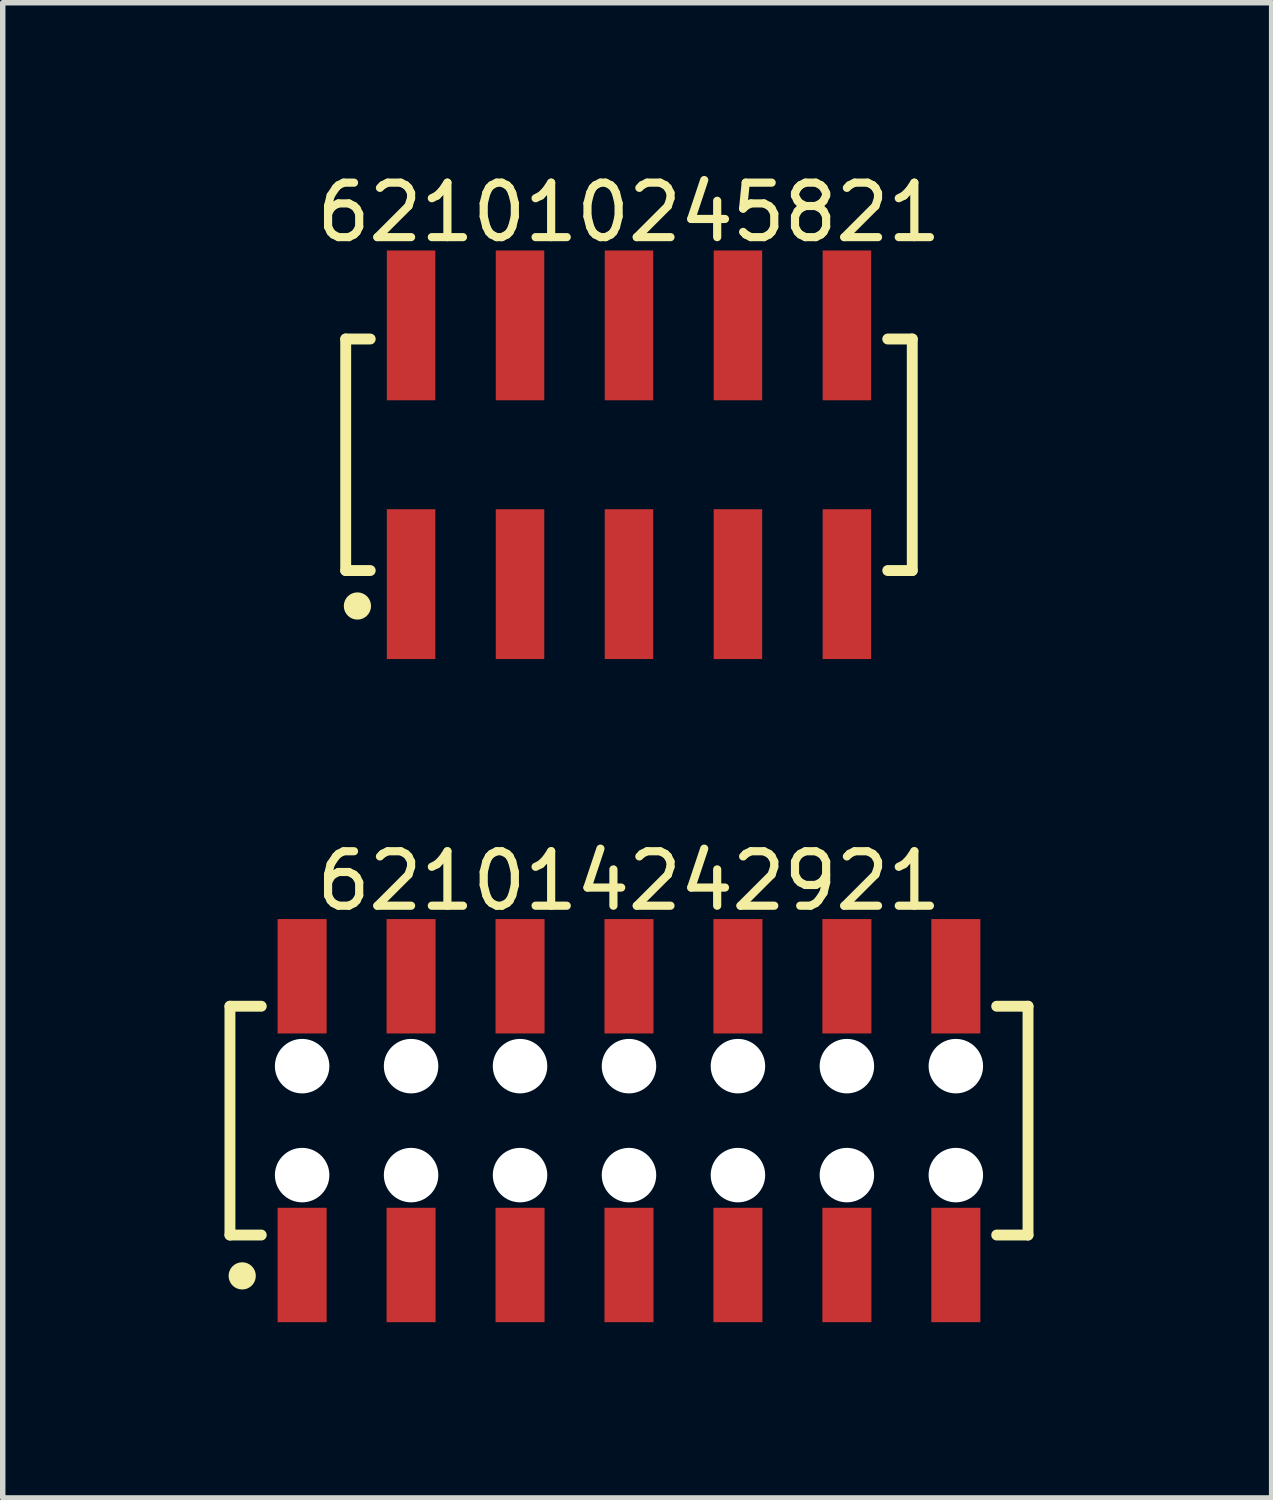
<source format=kicad_pcb>
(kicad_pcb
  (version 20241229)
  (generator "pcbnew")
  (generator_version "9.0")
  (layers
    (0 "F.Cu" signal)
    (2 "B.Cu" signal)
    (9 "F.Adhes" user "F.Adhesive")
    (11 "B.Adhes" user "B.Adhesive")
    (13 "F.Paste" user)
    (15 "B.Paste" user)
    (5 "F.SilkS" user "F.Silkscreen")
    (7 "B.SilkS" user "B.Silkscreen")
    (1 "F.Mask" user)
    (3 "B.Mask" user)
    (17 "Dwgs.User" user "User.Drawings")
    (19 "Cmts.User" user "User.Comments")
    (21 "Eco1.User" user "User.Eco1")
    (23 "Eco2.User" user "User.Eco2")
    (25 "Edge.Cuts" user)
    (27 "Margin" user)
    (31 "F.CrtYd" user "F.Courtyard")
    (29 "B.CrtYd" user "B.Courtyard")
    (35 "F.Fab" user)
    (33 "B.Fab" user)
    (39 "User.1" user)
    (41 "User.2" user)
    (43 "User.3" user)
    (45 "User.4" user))
  (footprint "621014242921"
    (layer "F.Cu")
    (at 8.496 17.521)
    (property "Reference" "621014242921" (at 0 -4.4 0) (layer "F.SilkS") (effects (font (size 1 1) (thickness 0.15))))
    (fp_line (start -7.325 -2.1) (end -6.75 -2.1) (stroke (width 0.2) (type solid)) (layer "F.SilkS"))
    (fp_line (start -7.325 2.1) (end -7.325 -2.1) (stroke (width 0.2) (type solid)) (layer "F.SilkS"))
    (fp_line (start -7.325 2.1) (end -6.75 2.1) (stroke (width 0.2) (type solid)) (layer "F.SilkS"))
    (fp_line (start 6.75 -2.1) (end 7.325 -2.1) (stroke (width 0.2) (type solid)) (layer "F.SilkS"))
    (fp_line (start 6.75 2.1) (end 7.325 2.1) (stroke (width 0.2) (type solid)) (layer "F.SilkS"))
    (fp_line (start 7.325 2.1) (end 7.325 -2.1) (stroke (width 0.2) (type solid)) (layer "F.SilkS"))
    (fp_circle (center -7.1 2.85) (end -7.1 2.725) (stroke (width 0.25) (type solid)) (fill no) (layer "F.SilkS"))
    (fp_line (start -7.525 -3.9) (end 7.525 -3.9) (stroke (width 0.05) (type solid)) (layer "Eco2.User"))
    (fp_line (start -7.525 3.9) (end -7.525 -3.9) (stroke (width 0.05) (type solid)) (layer "Eco2.User"))
    (fp_line (start -7.525 3.9) (end 7.525 3.9) (stroke (width 0.05) (type solid)) (layer "Eco2.User"))
    (fp_line (start -7.2 -2) (end 7.2 -2) (stroke (width 0.1) (type solid)) (layer "Eco2.User"))
    (fp_line (start -7.2 2) (end -7.2 -2) (stroke (width 0.1) (type solid)) (layer "Eco2.User"))
    (fp_line (start -7.2 2) (end 7.2 2) (stroke (width 0.1) (type solid)) (layer "Eco2.User"))
    (fp_line (start -6.25 -3.1) (end -5.75 -3.1) (stroke (width 0.1) (type solid)) (layer "Eco2.User"))
    (fp_line (start -6.25 -2) (end -6.25 -3.1) (stroke (width 0.1) (type solid)) (layer "Eco2.User"))
    (fp_line (start -6.25 3.1) (end -6.25 2) (stroke (width 0.1) (type solid)) (layer "Eco2.User"))
    (fp_line (start -6.25 3.1) (end -5.75 3.1) (stroke (width 0.1) (type solid)) (layer "Eco2.User"))
    (fp_line (start -5.75 -2) (end -5.75 -3.1) (stroke (width 0.1) (type solid)) (layer "Eco2.User"))
    (fp_line (start -5.75 3.1) (end -5.75 2) (stroke (width 0.1) (type solid)) (layer "Eco2.User"))
    (fp_line (start -4.25 -3.1) (end -3.75 -3.1) (stroke (width 0.1) (type solid)) (layer "Eco2.User"))
    (fp_line (start -4.25 -2) (end -4.25 -3.1) (stroke (width 0.1) (type solid)) (layer "Eco2.User"))
    (fp_line (start -4.25 3.1) (end -4.25 2) (stroke (width 0.1) (type solid)) (layer "Eco2.User"))
    (fp_line (start -4.25 3.1) (end -3.75 3.1) (stroke (width 0.1) (type solid)) (layer "Eco2.User"))
    (fp_line (start -3.75 -2) (end -3.75 -3.1) (stroke (width 0.1) (type solid)) (layer "Eco2.User"))
    (fp_line (start -3.75 3.1) (end -3.75 2) (stroke (width 0.1) (type solid)) (layer "Eco2.User"))
    (fp_line (start -2.25 -3.1) (end -1.75 -3.1) (stroke (width 0.1) (type solid)) (layer "Eco2.User"))
    (fp_line (start -2.25 -2) (end -2.25 -3.1) (stroke (width 0.1) (type solid)) (layer "Eco2.User"))
    (fp_line (start -2.25 3.1) (end -2.25 2) (stroke (width 0.1) (type solid)) (layer "Eco2.User"))
    (fp_line (start -2.25 3.1) (end -1.75 3.1) (stroke (width 0.1) (type solid)) (layer "Eco2.User"))
    (fp_line (start -1.75 -2) (end -1.75 -3.1) (stroke (width 0.1) (type solid)) (layer "Eco2.User"))
    (fp_line (start -1.75 3.1) (end -1.75 2) (stroke (width 0.1) (type solid)) (layer "Eco2.User"))
    (fp_line (start -0.5 0) (end 0.5 0) (stroke (width 0.05) (type solid)) (layer "Eco2.User"))
    (fp_line (start -0.25 -3.1) (end 0.25 -3.1) (stroke (width 0.1) (type solid)) (layer "Eco2.User"))
    (fp_line (start -0.25 -2) (end -0.25 -3.1) (stroke (width 0.1) (type solid)) (layer "Eco2.User"))
    (fp_line (start -0.25 3.1) (end -0.25 2) (stroke (width 0.1) (type solid)) (layer "Eco2.User"))
    (fp_line (start -0.25 3.1) (end 0.25 3.1) (stroke (width 0.1) (type solid)) (layer "Eco2.User"))
    (fp_line (start 0 0.5) (end 0 -0.5) (stroke (width 0.05) (type solid)) (layer "Eco2.User"))
    (fp_line (start 0.25 -2) (end 0.25 -3.1) (stroke (width 0.1) (type solid)) (layer "Eco2.User"))
    (fp_line (start 0.25 3.1) (end 0.25 2) (stroke (width 0.1) (type solid)) (layer "Eco2.User"))
    (fp_line (start 1.75 -3.1) (end 2.25 -3.1) (stroke (width 0.1) (type solid)) (layer "Eco2.User"))
    (fp_line (start 1.75 -2) (end 1.75 -3.1) (stroke (width 0.1) (type solid)) (layer "Eco2.User"))
    (fp_line (start 1.75 3.1) (end 1.75 2) (stroke (width 0.1) (type solid)) (layer "Eco2.User"))
    (fp_line (start 1.75 3.1) (end 2.25 3.1) (stroke (width 0.1) (type solid)) (layer "Eco2.User"))
    (fp_line (start 2.25 -2) (end 2.25 -3.1) (stroke (width 0.1) (type solid)) (layer "Eco2.User"))
    (fp_line (start 2.25 3.1) (end 2.25 2) (stroke (width 0.1) (type solid)) (layer "Eco2.User"))
    (fp_line (start 3.75 -3.1) (end 4.25 -3.1) (stroke (width 0.1) (type solid)) (layer "Eco2.User"))
    (fp_line (start 3.75 -2) (end 3.75 -3.1) (stroke (width 0.1) (type solid)) (layer "Eco2.User"))
    (fp_line (start 3.75 3.1) (end 3.75 2) (stroke (width 0.1) (type solid)) (layer "Eco2.User"))
    (fp_line (start 3.75 3.1) (end 4.25 3.1) (stroke (width 0.1) (type solid)) (layer "Eco2.User"))
    (fp_line (start 4.25 -2) (end 4.25 -3.1) (stroke (width 0.1) (type solid)) (layer "Eco2.User"))
    (fp_line (start 4.25 3.1) (end 4.25 2) (stroke (width 0.1) (type solid)) (layer "Eco2.User"))
    (fp_line (start 5.75 -3.1) (end 6.25 -3.1) (stroke (width 0.1) (type solid)) (layer "Eco2.User"))
    (fp_line (start 5.75 -2) (end 5.75 -3.1) (stroke (width 0.1) (type solid)) (layer "Eco2.User"))
    (fp_line (start 5.75 3.1) (end 5.75 2) (stroke (width 0.1) (type solid)) (layer "Eco2.User"))
    (fp_line (start 5.75 3.1) (end 6.25 3.1) (stroke (width 0.1) (type solid)) (layer "Eco2.User"))
    (fp_line (start 6.25 -2) (end 6.25 -3.1) (stroke (width 0.1) (type solid)) (layer "Eco2.User"))
    (fp_line (start 6.25 3.1) (end 6.25 2) (stroke (width 0.1) (type solid)) (layer "Eco2.User"))
    (fp_line (start 7.2 2) (end 7.2 -2) (stroke (width 0.1) (type solid)) (layer "Eco2.User"))
    (fp_line (start 7.525 3.9) (end 7.525 -3.9) (stroke (width 0.05) (type solid)) (layer "Eco2.User"))
    (fp_text user "${REFERENCE}" (at 0.15 -0.197 0) (unlocked yes) (layer "User.3") (effects (font (size 1.5 1.5) (thickness 0.15))))
    (pad "" np_thru_hole circle (at -6 -1) (size 1 1) (drill 1) (layers "*.Cu" "*.Mask"))
    (pad "" np_thru_hole circle (at -6 1) (size 1 1) (drill 1) (layers "*.Cu" "*.Mask"))
    (pad "" np_thru_hole circle (at -4 -1) (size 1 1) (drill 1) (layers "*.Cu" "*.Mask"))
    (pad "" np_thru_hole circle (at -4 1) (size 1 1) (drill 1) (layers "*.Cu" "*.Mask"))
    (pad "" np_thru_hole circle (at -2 -1) (size 1 1) (drill 1) (layers "*.Cu" "*.Mask"))
    (pad "" np_thru_hole circle (at -2 1) (size 1 1) (drill 1) (layers "*.Cu" "*.Mask"))
    (pad "" np_thru_hole circle (at 0 -1) (size 1 1) (drill 1) (layers "*.Cu" "*.Mask"))
    (pad "" np_thru_hole circle (at 0 1) (size 1 1) (drill 1) (layers "*.Cu" "*.Mask"))
    (pad "" np_thru_hole circle (at 2 -1) (size 1 1) (drill 1) (layers "*.Cu" "*.Mask"))
    (pad "" np_thru_hole circle (at 2 1) (size 1 1) (drill 1) (layers "*.Cu" "*.Mask"))
    (pad "" np_thru_hole circle (at 4 -1) (size 1 1) (drill 1) (layers "*.Cu" "*.Mask"))
    (pad "" np_thru_hole circle (at 4 1) (size 1 1) (drill 1) (layers "*.Cu" "*.Mask"))
    (pad "" np_thru_hole circle (at 6 -1) (size 1 1) (drill 1) (layers "*.Cu" "*.Mask"))
    (pad "" np_thru_hole circle (at 6 1) (size 1 1) (drill 1) (layers "*.Cu" "*.Mask"))
    (pad "1" smd rect (at -6 2.65) (size 0.9 2.1) (layers "F.Cu" "F.Mask" "F.Paste"))
    (pad "2" smd rect (at -6 -2.65) (size 0.9 2.1) (layers "F.Cu" "F.Mask" "F.Paste"))
    (pad "3" smd rect (at -4 2.65) (size 0.9 2.1) (layers "F.Cu" "F.Mask" "F.Paste"))
    (pad "4" smd rect (at -4 -2.65) (size 0.9 2.1) (layers "F.Cu" "F.Mask" "F.Paste"))
    (pad "5" smd rect (at -2 2.65) (size 0.9 2.1) (layers "F.Cu" "F.Mask" "F.Paste"))
    (pad "6" smd rect (at -2 -2.65) (size 0.9 2.1) (layers "F.Cu" "F.Mask" "F.Paste"))
    (pad "7" smd rect (at 0 2.65) (size 0.9 2.1) (layers "F.Cu" "F.Mask" "F.Paste"))
    (pad "8" smd rect (at 0 -2.65) (size 0.9 2.1) (layers "F.Cu" "F.Mask" "F.Paste"))
    (pad "9" smd rect (at 2 2.65) (size 0.9 2.1) (layers "F.Cu" "F.Mask" "F.Paste"))
    (pad "10" smd rect (at 2 -2.65) (size 0.9 2.1) (layers "F.Cu" "F.Mask" "F.Paste"))
    (pad "11" smd rect (at 4 2.65) (size 0.9 2.1) (layers "F.Cu" "F.Mask" "F.Paste"))
    (pad "12" smd rect (at 4 -2.65) (size 0.9 2.1) (layers "F.Cu" "F.Mask" "F.Paste"))
    (pad "13" smd rect (at 6 2.65) (size 0.9 2.1) (layers "F.Cu" "F.Mask" "F.Paste"))
    (pad "14" smd rect (at 6 -2.65) (size 0.9 2.1) (layers "F.Cu" "F.Mask" "F.Paste")))
  (footprint "621010245821"
    (layer "F.Cu")
    (at 8.496 5.298)
    (property "Reference" "621010245821" (at 0 -4.45 0) (layer "F.SilkS") (effects (font (size 1 1) (thickness 0.15))))
    (fp_line (start -5.2 -2.125) (end -4.75 -2.125) (stroke (width 0.2) (type solid)) (layer "F.SilkS"))
    (fp_line (start -5.2 2.125) (end -5.2 -2.125) (stroke (width 0.2) (type solid)) (layer "F.SilkS"))
    (fp_line (start -5.2 2.125) (end -4.75 2.125) (stroke (width 0.2) (type solid)) (layer "F.SilkS"))
    (fp_line (start 4.75 -2.125) (end 5.2 -2.125) (stroke (width 0.2) (type solid)) (layer "F.SilkS"))
    (fp_line (start 4.75 2.125) (end 5.2 2.125) (stroke (width 0.2) (type solid)) (layer "F.SilkS"))
    (fp_line (start 5.2 2.125) (end 5.2 -2.125) (stroke (width 0.2) (type solid)) (layer "F.SilkS"))
    (fp_circle (center -4.985 2.776) (end -4.985 2.651) (stroke (width 0.25) (type solid)) (fill no) (layer "F.SilkS"))
    (fp_line (start -5.4 -3.95) (end 5.4 -3.95) (stroke (width 0.05) (type solid)) (layer "Eco2.User"))
    (fp_line (start -5.4 3.95) (end -5.4 -3.95) (stroke (width 0.05) (type solid)) (layer "Eco2.User"))
    (fp_line (start -5.4 3.95) (end 5.4 3.95) (stroke (width 0.05) (type solid)) (layer "Eco2.User"))
    (fp_line (start -5 -2) (end 5 -2) (stroke (width 0.1) (type solid)) (layer "Eco2.User"))
    (fp_line (start -5 2) (end -5 -2) (stroke (width 0.1) (type solid)) (layer "Eco2.User"))
    (fp_line (start -5 2) (end 5 2) (stroke (width 0.1) (type solid)) (layer "Eco2.User"))
    (fp_line (start -4.25 -3.1) (end -3.75 -3.1) (stroke (width 0.1) (type solid)) (layer "Eco2.User"))
    (fp_line (start -4.25 -2) (end -4.25 -3.1) (stroke (width 0.1) (type solid)) (layer "Eco2.User"))
    (fp_line (start -4.25 3.1) (end -4.25 2) (stroke (width 0.1) (type solid)) (layer "Eco2.User"))
    (fp_line (start -4.25 3.1) (end -3.75 3.1) (stroke (width 0.1) (type solid)) (layer "Eco2.User"))
    (fp_line (start -3.75 -2) (end -3.75 -3.1) (stroke (width 0.1) (type solid)) (layer "Eco2.User"))
    (fp_line (start -3.75 3.1) (end -3.75 2) (stroke (width 0.1) (type solid)) (layer "Eco2.User"))
    (fp_line (start -2.25 -3.1) (end -1.75 -3.1) (stroke (width 0.1) (type solid)) (layer "Eco2.User"))
    (fp_line (start -2.25 -2) (end -2.25 -3.1) (stroke (width 0.1) (type solid)) (layer "Eco2.User"))
    (fp_line (start -2.25 3.1) (end -2.25 2) (stroke (width 0.1) (type solid)) (layer "Eco2.User"))
    (fp_line (start -2.25 3.1) (end -1.75 3.1) (stroke (width 0.1) (type solid)) (layer "Eco2.User"))
    (fp_line (start -1.75 -2) (end -1.75 -3.1) (stroke (width 0.1) (type solid)) (layer "Eco2.User"))
    (fp_line (start -1.75 3.1) (end -1.75 2) (stroke (width 0.1) (type solid)) (layer "Eco2.User"))
    (fp_line (start -0.5 0) (end 0.5 0) (stroke (width 0.05) (type solid)) (layer "Eco2.User"))
    (fp_line (start -0.25 -3.1) (end 0.25 -3.1) (stroke (width 0.1) (type solid)) (layer "Eco2.User"))
    (fp_line (start -0.25 -2) (end -0.25 -3.1) (stroke (width 0.1) (type solid)) (layer "Eco2.User"))
    (fp_line (start -0.25 3.1) (end -0.25 2) (stroke (width 0.1) (type solid)) (layer "Eco2.User"))
    (fp_line (start -0.25 3.1) (end 0.25 3.1) (stroke (width 0.1) (type solid)) (layer "Eco2.User"))
    (fp_line (start 0 0.5) (end 0 -0.5) (stroke (width 0.05) (type solid)) (layer "Eco2.User"))
    (fp_line (start 0.25 -2) (end 0.25 -3.1) (stroke (width 0.1) (type solid)) (layer "Eco2.User"))
    (fp_line (start 0.25 3.1) (end 0.25 2) (stroke (width 0.1) (type solid)) (layer "Eco2.User"))
    (fp_line (start 1.75 -3.1) (end 2.25 -3.1) (stroke (width 0.1) (type solid)) (layer "Eco2.User"))
    (fp_line (start 1.75 -2) (end 1.75 -3.1) (stroke (width 0.1) (type solid)) (layer "Eco2.User"))
    (fp_line (start 1.75 3.1) (end 1.75 2) (stroke (width 0.1) (type solid)) (layer "Eco2.User"))
    (fp_line (start 1.75 3.1) (end 2.25 3.1) (stroke (width 0.1) (type solid)) (layer "Eco2.User"))
    (fp_line (start 2.25 -2) (end 2.25 -3.1) (stroke (width 0.1) (type solid)) (layer "Eco2.User"))
    (fp_line (start 2.25 3.1) (end 2.25 2) (stroke (width 0.1) (type solid)) (layer "Eco2.User"))
    (fp_line (start 3.75 -3.1) (end 4.25 -3.1) (stroke (width 0.1) (type solid)) (layer "Eco2.User"))
    (fp_line (start 3.75 -2) (end 3.75 -3.1) (stroke (width 0.1) (type solid)) (layer "Eco2.User"))
    (fp_line (start 3.75 3.1) (end 3.75 2) (stroke (width 0.1) (type solid)) (layer "Eco2.User"))
    (fp_line (start 3.75 3.1) (end 4.25 3.1) (stroke (width 0.1) (type solid)) (layer "Eco2.User"))
    (fp_line (start 4.25 -2) (end 4.25 -3.1) (stroke (width 0.1) (type solid)) (layer "Eco2.User"))
    (fp_line (start 4.25 3.1) (end 4.25 2) (stroke (width 0.1) (type solid)) (layer "Eco2.User"))
    (fp_line (start 5 2) (end 5 -2) (stroke (width 0.1) (type solid)) (layer "Eco2.User"))
    (fp_line (start 5.4 3.95) (end 5.4 -3.95) (stroke (width 0.05) (type solid)) (layer "Eco2.User"))
    (fp_text user "${REFERENCE}" (at 0.15 -0.197 0) (unlocked yes) (layer "User.3") (effects (font (size 1.5 1.5) (thickness 0.15))))
    (pad "1" smd rect (at -4 2.375) (size 0.89 2.75) (layers "F.Cu" "F.Mask" "F.Paste"))
    (pad "2" smd rect (at -4 -2.375) (size 0.89 2.75) (layers "F.Cu" "F.Mask" "F.Paste"))
    (pad "3" smd rect (at -2 2.375) (size 0.89 2.75) (layers "F.Cu" "F.Mask" "F.Paste"))
    (pad "4" smd rect (at -2 -2.375) (size 0.89 2.75) (layers "F.Cu" "F.Mask" "F.Paste"))
    (pad "5" smd rect (at 0 2.375) (size 0.89 2.75) (layers "F.Cu" "F.Mask" "F.Paste"))
    (pad "6" smd rect (at 0 -2.375) (size 0.89 2.75) (layers "F.Cu" "F.Mask" "F.Paste"))
    (pad "7" smd rect (at 2 2.375) (size 0.89 2.75) (layers "F.Cu" "F.Mask" "F.Paste"))
    (pad "8" smd rect (at 2 -2.375) (size 0.89 2.75) (layers "F.Cu" "F.Mask" "F.Paste"))
    (pad "9" smd rect (at 4 2.375) (size 0.89 2.75) (layers "F.Cu" "F.Mask" "F.Paste"))
    (pad "10" smd rect (at 4 -2.375) (size 0.89 2.75) (layers "F.Cu" "F.Mask" "F.Paste")))
  (gr_rect
    (start -3 -3)
    (end 20.293 24.447)
    (stroke (width 0.1) (type default))
    (fill no)
    (layer "Edge.Cuts")))
</source>
